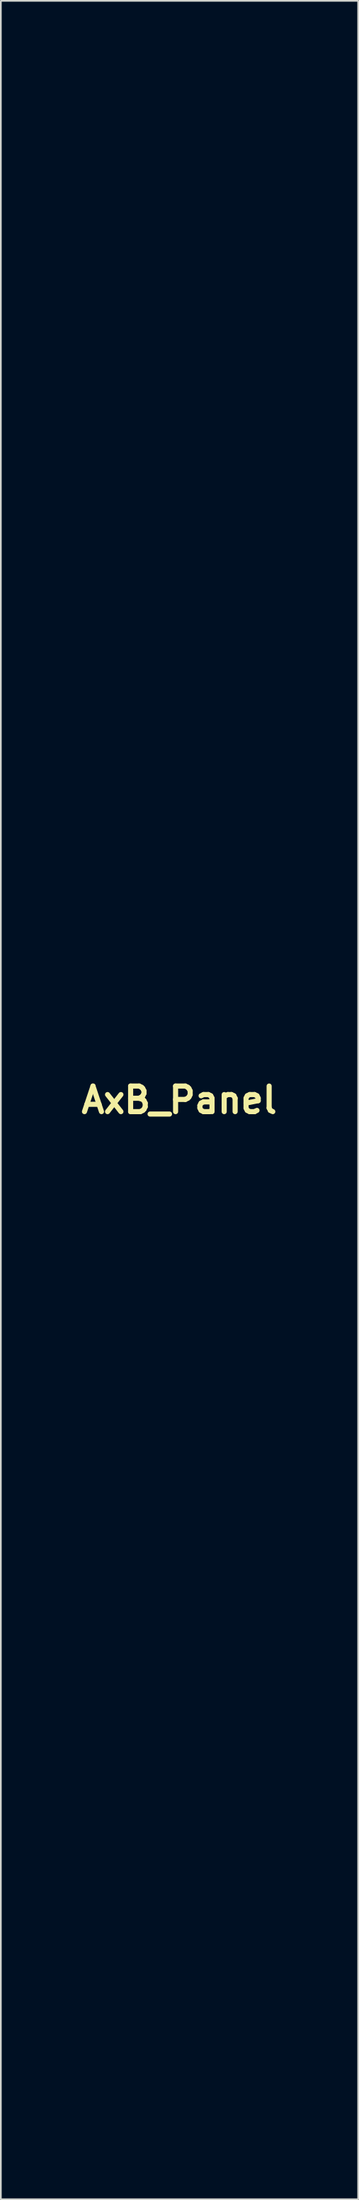
<source format=kicad_pcb>
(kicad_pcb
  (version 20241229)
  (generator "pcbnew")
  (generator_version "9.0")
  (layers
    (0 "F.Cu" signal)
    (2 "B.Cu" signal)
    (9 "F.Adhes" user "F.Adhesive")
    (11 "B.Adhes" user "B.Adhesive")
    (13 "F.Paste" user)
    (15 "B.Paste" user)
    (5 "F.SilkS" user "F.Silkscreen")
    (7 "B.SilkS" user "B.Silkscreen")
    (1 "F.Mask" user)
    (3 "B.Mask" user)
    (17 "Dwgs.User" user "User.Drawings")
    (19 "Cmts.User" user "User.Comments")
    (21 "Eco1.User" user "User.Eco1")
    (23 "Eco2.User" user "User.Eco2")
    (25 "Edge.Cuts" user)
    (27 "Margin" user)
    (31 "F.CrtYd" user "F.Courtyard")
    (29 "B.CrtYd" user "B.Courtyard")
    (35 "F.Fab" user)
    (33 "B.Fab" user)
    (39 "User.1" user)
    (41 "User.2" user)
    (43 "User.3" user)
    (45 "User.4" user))
  (footprint "AxB_Panel"
    (layer "F.Cu")
    (at 7.488 61.483)
    (property "Reference" "AxB_Panel" (at 0 0 0) (layer "F.SilkS") (effects (font (size 1.5 1.5) (thickness 0.3))))
    (attr board_only exclude_from_pos_files exclude_from_bom)
    (fp_poly (pts (xy -4.389 -25.335) (xy -4.389 -25.174) (xy -5.228 -25.174) (xy -6.068 -25.174) (xy -6.068 -25.335) (xy -6.068 -25.497) (xy -5.228 -25.497) (xy -4.389 -25.497)) (stroke (width 0) (type solid)) (fill yes) (layer "F.Mask"))
    (fp_poly (pts (xy -4.389 7.068) (xy -4.389 7.229) (xy -5.228 7.229) (xy -6.068 7.229) (xy -6.068 7.068) (xy -6.068 6.907) (xy -5.228 6.907) (xy -4.389 6.907)) (stroke (width 0) (type solid)) (fill yes) (layer "F.Mask"))
    (fp_poly (pts (xy -2.453 -61.257) (xy -2.453 -61.031) (xy -4.97 -61.031) (xy -7.488 -61.031) (xy -7.488 -61.257) (xy -7.488 -61.483) (xy -4.97 -61.483) (xy -2.453 -61.483)) (stroke (width 0) (type solid)) (fill yes) (layer "F.Mask"))
    (fp_poly (pts (xy -2.453 61.257) (xy -2.453 61.483) (xy -4.97 61.483) (xy -7.488 61.483) (xy -7.488 61.257) (xy -7.488 61.031) (xy -4.97 61.031) (xy -2.453 61.031)) (stroke (width 0) (type solid)) (fill yes) (layer "F.Mask"))
    (fp_poly (pts (xy 0.258 -37.81) (xy 0.258 -36.922) (xy 0.032 -36.922) (xy -0.194 -36.922) (xy -0.194 -37.81) (xy -0.194 -38.697) (xy 0.032 -38.697) (xy 0.258 -38.697)) (stroke (width 0) (type solid)) (fill yes) (layer "F.Mask"))
    (fp_poly (pts (xy 0.258 -5.406) (xy 0.258 -4.518) (xy 0.032 -4.518) (xy -0.194 -4.518) (xy -0.194 -5.406) (xy -0.194 -6.294) (xy 0.032 -6.294) (xy 0.258 -6.294)) (stroke (width 0) (type solid)) (fill yes) (layer "F.Mask"))
    (fp_poly (pts (xy 7.52 -61.257) (xy 7.52 -61.031) (xy 5.003 -61.031) (xy 2.485 -61.031) (xy 2.485 -61.257) (xy 2.485 -61.483) (xy 5.003 -61.483) (xy 7.52 -61.483)) (stroke (width 0) (type solid)) (fill yes) (layer "F.Mask"))
    (fp_poly (pts (xy 7.52 61.257) (xy 7.52 61.483) (xy 5.003 61.483) (xy 2.485 61.483) (xy 2.485 61.257) (xy 2.485 61.031) (xy 5.003 61.031) (xy 7.52 61.031)) (stroke (width 0) (type solid)) (fill yes) (layer "F.Mask"))
    (fp_poly (pts (xy 0.742 -24.351) (xy 0.742 -24.206) (xy 0.355 -24.206) (xy -0.032 -24.206) (xy -0.032 -23.512) (xy -0.032 -22.818) (xy -0.226 -22.818) (xy -0.42 -22.818) (xy -0.42 -23.512) (xy -0.42 -24.206) (xy -0.807 -24.206) (xy -1.194 -24.206) (xy -1.194 -24.351) (xy -1.194 -24.496) (xy -0.226 -24.496) (xy 0.742 -24.496)) (stroke (width 0) (type solid)) (fill yes) (layer "F.Mask"))
    (fp_poly (pts (xy 0.742 8.052) (xy 0.742 8.198) (xy 0.355 8.198) (xy -0.032 8.198) (xy -0.032 8.892) (xy -0.032 9.586) (xy -0.226 9.586) (xy -0.42 9.586) (xy -0.42 8.892) (xy -0.42 8.198) (xy -0.807 8.198) (xy -1.194 8.198) (xy -1.194 8.052) (xy -1.194 7.907) (xy -0.226 7.907) (xy 0.742 7.907)) (stroke (width 0) (type solid)) (fill yes) (layer "F.Mask"))
    (fp_poly (pts (xy 5.358 -25.836) (xy 5.358 -25.497) (xy 5.696 -25.497) (xy 6.035 -25.497) (xy 6.035 -25.335) (xy 6.035 -25.174) (xy 5.696 -25.174) (xy 5.358 -25.174) (xy 5.358 -24.835) (xy 5.358 -24.496) (xy 5.196 -24.496) (xy 5.035 -24.496) (xy 5.035 -24.835) (xy 5.035 -25.174) (xy 4.696 -25.174) (xy 4.357 -25.174) (xy 4.357 -25.335) (xy 4.357 -25.497) (xy 4.696 -25.497) (xy 5.035 -25.497) (xy 5.035 -25.836) (xy 5.035 -26.175) (xy 5.196 -26.175) (xy 5.358 -26.175)) (stroke (width 0) (type solid)) (fill yes) (layer "F.Mask"))
    (fp_poly (pts (xy 5.358 6.568) (xy 5.358 6.907) (xy 5.696 6.907) (xy 6.035 6.907) (xy 6.035 7.068) (xy 6.035 7.229) (xy 5.696 7.229) (xy 5.358 7.229) (xy 5.358 7.568) (xy 5.358 7.907) (xy 5.196 7.907) (xy 5.035 7.907) (xy 5.035 7.568) (xy 5.035 7.229) (xy 4.696 7.229) (xy 4.357 7.229) (xy 4.357 7.068) (xy 4.357 6.907) (xy 4.696 6.907) (xy 5.035 6.907) (xy 5.035 6.568) (xy 5.035 6.229) (xy 5.196 6.229) (xy 5.358 6.229)) (stroke (width 0) (type solid)) (fill yes) (layer "F.Mask"))
    (fp_poly (pts (xy 0.477 11.964) (xy 0.577 12.087) (xy 0.394 12.272) (xy 0.212 12.458) (xy 0.404 12.652) (xy 0.596 12.846) (xy 0.476 12.966) (xy 0.355 13.086) (xy 0.162 12.894) (xy -0.032 12.702) (xy -0.219 12.887) (xy -0.406 13.072) (xy -0.51 12.965) (xy -0.572 12.894) (xy -0.609 12.837) (xy -0.613 12.822) (xy -0.59 12.785) (xy -0.53 12.72) (xy -0.444 12.641) (xy -0.434 12.633) (xy -0.255 12.479) (xy -0.45 12.282) (xy -0.646 12.084) (xy -0.524 11.965) (xy -0.401 11.845) (xy -0.21 12.039) (xy -0.018 12.232) (xy 0.18 12.036) (xy 0.377 11.84)) (stroke (width 0) (type solid)) (fill yes) (layer "F.Mask"))
    (fp_poly (pts (xy 0.477 39.849) (xy 0.577 39.972) (xy 0.394 40.157) (xy 0.212 40.343) (xy 0.404 40.537) (xy 0.596 40.731) (xy 0.476 40.851) (xy 0.355 40.971) (xy 0.162 40.779) (xy -0.032 40.587) (xy -0.219 40.772) (xy -0.406 40.957) (xy -0.51 40.85) (xy -0.572 40.779) (xy -0.609 40.722) (xy -0.613 40.707) (xy -0.59 40.67) (xy -0.53 40.605) (xy -0.444 40.526) (xy -0.434 40.518) (xy -0.255 40.365) (xy -0.45 40.167) (xy -0.646 39.97) (xy -0.524 39.85) (xy -0.401 39.73) (xy -0.21 39.924) (xy -0.018 40.117) (xy 0.18 39.921) (xy 0.377 39.725)) (stroke (width 0) (type solid)) (fill yes) (layer "F.Mask"))
    (fp_poly (pts (xy 2.969 -23.657) (xy 2.969 -22.818) (xy 2.83 -22.818) (xy 2.786 -22.82) (xy 2.744 -22.828) (xy 2.697 -22.848) (xy 2.637 -22.883) (xy 2.559 -22.94) (xy 2.456 -23.021) (xy 2.321 -23.133) (xy 2.147 -23.279) (xy 2.031 -23.377) (xy 1.372 -23.937) (xy 1.363 -23.377) (xy 1.354 -22.818) (xy 1.177 -22.818) (xy 1.001 -22.818) (xy 1.001 -23.657) (xy 1.001 -24.496) (xy 1.138 -24.496) (xy 1.181 -24.494) (xy 1.223 -24.485) (xy 1.271 -24.465) (xy 1.332 -24.429) (xy 1.411 -24.371) (xy 1.516 -24.288) (xy 1.653 -24.175) (xy 1.83 -24.026) (xy 1.936 -23.936) (xy 2.598 -23.377) (xy 2.607 -23.937) (xy 2.616 -24.496) (xy 2.792 -24.496) (xy 2.969 -24.496)) (stroke (width 0) (type solid)) (fill yes) (layer "F.Mask"))
    (fp_poly (pts (xy 2.969 8.746) (xy 2.969 9.586) (xy 2.83 9.586) (xy 2.786 9.584) (xy 2.744 9.575) (xy 2.697 9.556) (xy 2.637 9.52) (xy 2.559 9.464) (xy 2.456 9.382) (xy 2.321 9.27) (xy 2.147 9.124) (xy 2.031 9.026) (xy 1.372 8.467) (xy 1.363 9.026) (xy 1.354 9.586) (xy 1.177 9.586) (xy 1.001 9.586) (xy 1.001 8.746) (xy 1.001 7.907) (xy 1.138 7.907) (xy 1.181 7.909) (xy 1.223 7.918) (xy 1.271 7.938) (xy 1.332 7.975) (xy 1.411 8.033) (xy 1.516 8.116) (xy 1.653 8.229) (xy 1.83 8.377) (xy 1.936 8.467) (xy 2.598 9.027) (xy 2.607 8.467) (xy 2.616 7.907) (xy 2.792 7.907) (xy 2.969 7.907)) (stroke (width 0) (type solid)) (fill yes) (layer "F.Mask"))
    (fp_poly (pts (xy -4.989 18.978) (xy -4.793 18.979) (xy -4.32 19.818) (xy -3.847 20.656) (xy -4.069 20.656) (xy -4.292 20.656) (xy -4.389 20.462) (xy -4.487 20.268) (xy -5.013 20.268) (xy -5.539 20.268) (xy -5.632 20.462) (xy -5.724 20.656) (xy -5.926 20.656) (xy -6.128 20.656) (xy -5.869 20.196) (xy -5.759 20) (xy -5.733 19.953) (xy -5.352 19.953) (xy -5.327 19.963) (xy -5.249 19.971) (xy -5.132 19.976) (xy -5.007 19.978) (xy -4.651 19.978) (xy -4.799 19.695) (xy -4.866 19.57) (xy -4.926 19.465) (xy -4.969 19.393) (xy -4.984 19.373) (xy -5.008 19.368) (xy -5.044 19.401) (xy -5.096 19.48) (xy -5.169 19.609) (xy -5.181 19.631) (xy -5.248 19.756) (xy -5.304 19.861) (xy -5.341 19.931) (xy -5.352 19.953) (xy -5.733 19.953) (xy -5.639 19.786) (xy -5.521 19.577) (xy -5.419 19.395) (xy -5.397 19.357) (xy -5.184 18.977)) (stroke (width 0) (type solid)) (fill yes) (layer "F.Mask"))
    (fp_poly (pts (xy -4.085 -41.439) (xy -3.889 -41.438) (xy -3.416 -40.6) (xy -2.943 -39.762) (xy -3.166 -39.762) (xy -3.388 -39.762) (xy -3.486 -39.956) (xy -3.583 -40.149) (xy -4.11 -40.149) (xy -4.636 -40.149) (xy -4.728 -39.956) (xy -4.821 -39.762) (xy -5.023 -39.762) (xy -5.225 -39.762) (xy -4.966 -40.222) (xy -4.856 -40.418) (xy -4.829 -40.465) (xy -4.448 -40.465) (xy -4.423 -40.455) (xy -4.345 -40.447) (xy -4.228 -40.441) (xy -4.103 -40.44) (xy -3.748 -40.44) (xy -3.896 -40.722) (xy -3.963 -40.847) (xy -4.022 -40.953) (xy -4.065 -41.025) (xy -4.08 -41.045) (xy -4.104 -41.05) (xy -4.14 -41.016) (xy -4.192 -40.938) (xy -4.265 -40.809) (xy -4.277 -40.787) (xy -4.345 -40.662) (xy -4.4 -40.557) (xy -4.437 -40.487) (xy -4.448 -40.465) (xy -4.829 -40.465) (xy -4.735 -40.632) (xy -4.617 -40.841) (xy -4.515 -41.023) (xy -4.494 -41.061) (xy -4.281 -41.44)) (stroke (width 0) (type solid)) (fill yes) (layer "F.Mask"))
    (fp_poly (pts (xy -2.052 -24.495) (xy -1.856 -24.494) (xy -1.383 -23.656) (xy -0.91 -22.818) (xy -1.132 -22.818) (xy -1.355 -22.818) (xy -1.452 -23.012) (xy -1.55 -23.205) (xy -2.076 -23.205) (xy -2.602 -23.205) (xy -2.695 -23.012) (xy -2.787 -22.818) (xy -2.989 -22.818) (xy -3.191 -22.818) (xy -2.932 -23.278) (xy -2.822 -23.474) (xy -2.796 -23.521) (xy -2.415 -23.521) (xy -2.39 -23.511) (xy -2.312 -23.503) (xy -2.195 -23.497) (xy -2.07 -23.496) (xy -1.714 -23.496) (xy -1.862 -23.778) (xy -1.929 -23.903) (xy -1.989 -24.009) (xy -2.032 -24.08) (xy -2.047 -24.1) (xy -2.071 -24.106) (xy -2.107 -24.072) (xy -2.159 -23.994) (xy -2.232 -23.865) (xy -2.244 -23.843) (xy -2.311 -23.717) (xy -2.367 -23.613) (xy -2.404 -23.543) (xy -2.415 -23.521) (xy -2.796 -23.521) (xy -2.702 -23.688) (xy -2.584 -23.897) (xy -2.482 -24.079) (xy -2.46 -24.117) (xy -2.247 -24.496)) (stroke (width 0) (type solid)) (fill yes) (layer "F.Mask"))
    (fp_poly (pts (xy -2.052 7.908) (xy -1.856 7.909) (xy -1.383 8.747) (xy -0.91 9.586) (xy -1.132 9.586) (xy -1.355 9.586) (xy -1.452 9.392) (xy -1.55 9.198) (xy -2.076 9.198) (xy -2.602 9.198) (xy -2.695 9.392) (xy -2.787 9.586) (xy -2.989 9.586) (xy -3.191 9.586) (xy -2.932 9.126) (xy -2.822 8.93) (xy -2.796 8.883) (xy -2.415 8.883) (xy -2.39 8.893) (xy -2.312 8.901) (xy -2.195 8.906) (xy -2.07 8.908) (xy -1.714 8.908) (xy -1.862 8.625) (xy -1.929 8.5) (xy -1.989 8.395) (xy -2.032 8.323) (xy -2.047 8.303) (xy -2.071 8.298) (xy -2.107 8.331) (xy -2.159 8.409) (xy -2.232 8.539) (xy -2.244 8.561) (xy -2.311 8.686) (xy -2.367 8.79) (xy -2.404 8.861) (xy -2.415 8.883) (xy -2.796 8.883) (xy -2.702 8.716) (xy -2.584 8.506) (xy -2.482 8.324) (xy -2.46 8.286) (xy -2.247 7.907)) (stroke (width 0) (type solid)) (fill yes) (layer "F.Mask"))
    (fp_poly (pts (xy -1.955 11.652) (xy -1.759 11.653) (xy -1.286 12.491) (xy -0.813 13.329) (xy -1.035 13.329) (xy -1.258 13.329) (xy -1.356 13.136) (xy -1.453 12.942) (xy -1.979 12.942) (xy -2.506 12.942) (xy -2.598 13.136) (xy -2.691 13.329) (xy -2.893 13.329) (xy -3.095 13.329) (xy -2.836 12.869) (xy -2.726 12.674) (xy -2.699 12.627) (xy -2.318 12.627) (xy -2.293 12.637) (xy -2.215 12.645) (xy -2.098 12.65) (xy -1.973 12.652) (xy -1.618 12.652) (xy -1.766 12.369) (xy -1.833 12.244) (xy -1.892 12.138) (xy -1.935 12.067) (xy -1.95 12.047) (xy -1.974 12.042) (xy -2.01 12.075) (xy -2.062 12.153) (xy -2.135 12.283) (xy -2.147 12.304) (xy -2.214 12.43) (xy -2.27 12.534) (xy -2.307 12.605) (xy -2.318 12.627) (xy -2.699 12.627) (xy -2.605 12.46) (xy -2.487 12.25) (xy -2.385 12.068) (xy -2.364 12.03) (xy -2.151 11.651)) (stroke (width 0) (type solid)) (fill yes) (layer "F.Mask"))
    (fp_poly (pts (xy -1.955 39.537) (xy -1.759 39.538) (xy -1.286 40.376) (xy -0.813 41.214) (xy -1.035 41.214) (xy -1.258 41.214) (xy -1.356 41.021) (xy -1.453 40.827) (xy -1.979 40.827) (xy -2.506 40.827) (xy -2.598 41.021) (xy -2.691 41.214) (xy -2.893 41.214) (xy -3.095 41.214) (xy -2.836 40.755) (xy -2.726 40.559) (xy -2.699 40.512) (xy -2.318 40.512) (xy -2.293 40.522) (xy -2.215 40.53) (xy -2.098 40.535) (xy -1.973 40.537) (xy -1.618 40.537) (xy -1.766 40.254) (xy -1.833 40.129) (xy -1.892 40.024) (xy -1.935 39.952) (xy -1.95 39.932) (xy -1.974 39.927) (xy -2.01 39.96) (xy -2.062 40.038) (xy -2.135 40.168) (xy -2.147 40.19) (xy -2.214 40.315) (xy -2.27 40.419) (xy -2.307 40.49) (xy -2.318 40.512) (xy -2.699 40.512) (xy -2.605 40.345) (xy -2.487 40.135) (xy -2.385 39.953) (xy -2.364 39.915) (xy -2.151 39.536)) (stroke (width 0) (type solid)) (fill yes) (layer "F.Mask"))
    (fp_poly (pts (xy 5.264 -49.036) (xy 5.401 -48.982) (xy 5.533 -48.908) (xy 5.636 -48.825) (xy 5.651 -48.809) (xy 5.732 -48.712) (xy 5.886 -48.852) (xy 6.062 -48.98) (xy 6.237 -49.045) (xy 6.419 -49.047) (xy 6.611 -48.988) (xy 6.651 -48.968) (xy 6.832 -48.841) (xy 6.981 -48.662) (xy 7.094 -48.44) (xy 7.165 -48.179) (xy 7.178 -48.097) (xy 7.199 -47.928) (xy 6.977 -47.928) (xy 6.754 -47.928) (xy 6.716 -48.118) (xy 6.666 -48.292) (xy 6.592 -48.434) (xy 6.503 -48.536) (xy 6.405 -48.59) (xy 6.305 -48.59) (xy 6.284 -48.582) (xy 6.173 -48.5) (xy 6.08 -48.368) (xy 6.012 -48.202) (xy 5.993 -48.123) (xy 5.956 -47.928) (xy 5.742 -47.928) (xy 5.527 -47.928) (xy 5.49 -48.118) (xy 5.439 -48.292) (xy 5.366 -48.434) (xy 5.276 -48.536) (xy 5.178 -48.59) (xy 5.078 -48.59) (xy 5.057 -48.582) (xy 4.947 -48.5) (xy 4.853 -48.368) (xy 4.785 -48.202) (xy 4.767 -48.123) (xy 4.73 -47.928) (xy 4.507 -47.928) (xy 4.284 -47.928) (xy 4.304 -48.104) (xy 4.358 -48.357) (xy 4.451 -48.581) (xy 4.58 -48.769) (xy 4.736 -48.916) (xy 4.915 -49.014) (xy 5.109 -49.056) (xy 5.148 -49.057)) (stroke (width 0) (type solid)) (fill yes) (layer "F.Mask"))
    (fp_poly (pts (xy 5.264 -16.632) (xy 5.401 -16.579) (xy 5.533 -16.504) (xy 5.636 -16.421) (xy 5.651 -16.405) (xy 5.732 -16.309) (xy 5.886 -16.448) (xy 6.062 -16.577) (xy 6.237 -16.642) (xy 6.419 -16.644) (xy 6.611 -16.584) (xy 6.651 -16.565) (xy 6.832 -16.437) (xy 6.981 -16.259) (xy 7.094 -16.036) (xy 7.165 -15.776) (xy 7.178 -15.693) (xy 7.199 -15.524) (xy 6.977 -15.524) (xy 6.754 -15.524) (xy 6.716 -15.714) (xy 6.666 -15.889) (xy 6.592 -16.03) (xy 6.503 -16.132) (xy 6.405 -16.187) (xy 6.305 -16.186) (xy 6.284 -16.178) (xy 6.173 -16.096) (xy 6.08 -15.964) (xy 6.012 -15.798) (xy 5.993 -15.719) (xy 5.956 -15.524) (xy 5.742 -15.524) (xy 5.527 -15.524) (xy 5.49 -15.714) (xy 5.439 -15.889) (xy 5.366 -16.03) (xy 5.276 -16.132) (xy 5.178 -16.187) (xy 5.078 -16.186) (xy 5.057 -16.178) (xy 4.947 -16.096) (xy 4.853 -15.964) (xy 4.785 -15.798) (xy 4.767 -15.719) (xy 4.73 -15.524) (xy 4.507 -15.524) (xy 4.284 -15.524) (xy 4.304 -15.701) (xy 4.358 -15.953) (xy 4.451 -16.177) (xy 4.58 -16.366) (xy 4.736 -16.512) (xy 4.915 -16.61) (xy 5.109 -16.652) (xy 5.148 -16.653)) (stroke (width 0) (type solid)) (fill yes) (layer "F.Mask"))
    (fp_poly (pts (xy -6.114 -49.008) (xy -6.05 -48.981) (xy -5.873 -48.868) (xy -5.73 -48.711) (xy -5.62 -48.504) (xy -5.541 -48.245) (xy -5.498 -48.003) (xy -5.475 -47.849) (xy -5.449 -47.708) (xy -5.422 -47.599) (xy -5.408 -47.556) (xy -5.325 -47.412) (xy -5.225 -47.32) (xy -5.115 -47.284) (xy -5.003 -47.306) (xy -4.903 -47.382) (xy -4.836 -47.48) (xy -4.774 -47.614) (xy -4.729 -47.754) (xy -4.712 -47.869) (xy -4.704 -47.9) (xy -4.672 -47.918) (xy -4.601 -47.926) (xy -4.486 -47.928) (xy -4.368 -47.927) (xy -4.301 -47.92) (xy -4.27 -47.902) (xy -4.261 -47.868) (xy -4.261 -47.839) (xy -4.274 -47.721) (xy -4.309 -47.574) (xy -4.357 -47.425) (xy -4.405 -47.314) (xy -4.537 -47.113) (xy -4.695 -46.963) (xy -4.871 -46.867) (xy -5.06 -46.828) (xy -5.255 -46.848) (xy -5.438 -46.924) (xy -5.592 -47.034) (xy -5.715 -47.174) (xy -5.811 -47.351) (xy -5.883 -47.572) (xy -5.935 -47.844) (xy -5.957 -48.03) (xy -5.99 -48.205) (xy -6.05 -48.358) (xy -6.129 -48.481) (xy -6.22 -48.563) (xy -6.317 -48.596) (xy -6.379 -48.587) (xy -6.491 -48.516) (xy -6.589 -48.394) (xy -6.662 -48.236) (xy -6.69 -48.126) (xy -6.728 -47.928) (xy -6.951 -47.928) (xy -7.174 -47.928) (xy -7.153 -48.104) (xy -7.094 -48.381) (xy -6.985 -48.619) (xy -6.826 -48.819) (xy -6.655 -48.96) (xy -6.482 -49.038) (xy -6.304 -49.053)) (stroke (width 0) (type solid)) (fill yes) (layer "F.Mask"))
    (fp_poly (pts (xy -6.114 -16.604) (xy -6.05 -16.577) (xy -5.873 -16.465) (xy -5.73 -16.307) (xy -5.62 -16.1) (xy -5.541 -15.841) (xy -5.498 -15.599) (xy -5.475 -15.446) (xy -5.449 -15.304) (xy -5.422 -15.195) (xy -5.408 -15.153) (xy -5.325 -15.008) (xy -5.225 -14.916) (xy -5.115 -14.88) (xy -5.003 -14.903) (xy -4.903 -14.978) (xy -4.836 -15.077) (xy -4.774 -15.21) (xy -4.729 -15.351) (xy -4.712 -15.465) (xy -4.704 -15.496) (xy -4.672 -15.514) (xy -4.601 -15.522) (xy -4.486 -15.524) (xy -4.368 -15.523) (xy -4.301 -15.516) (xy -4.27 -15.499) (xy -4.261 -15.464) (xy -4.261 -15.435) (xy -4.274 -15.318) (xy -4.309 -15.17) (xy -4.357 -15.021) (xy -4.405 -14.911) (xy -4.537 -14.71) (xy -4.695 -14.56) (xy -4.871 -14.464) (xy -5.06 -14.425) (xy -5.255 -14.444) (xy -5.438 -14.52) (xy -5.592 -14.631) (xy -5.715 -14.771) (xy -5.811 -14.948) (xy -5.883 -15.169) (xy -5.935 -15.441) (xy -5.957 -15.626) (xy -5.99 -15.801) (xy -6.05 -15.954) (xy -6.129 -16.077) (xy -6.22 -16.159) (xy -6.317 -16.193) (xy -6.379 -16.184) (xy -6.491 -16.112) (xy -6.589 -15.99) (xy -6.662 -15.832) (xy -6.69 -15.722) (xy -6.728 -15.524) (xy -6.951 -15.524) (xy -7.174 -15.524) (xy -7.153 -15.701) (xy -7.094 -15.978) (xy -6.985 -16.215) (xy -6.826 -16.416) (xy -6.655 -16.557) (xy -6.482 -16.634) (xy -6.304 -16.65)) (stroke (width 0) (type solid)) (fill yes) (layer "F.Mask"))
    (fp_poly (pts (xy -4.788 28.918) (xy -4.596 28.919) (xy -4.452 28.921) (xy -4.347 28.926) (xy -4.274 28.933) (xy -4.224 28.944) (xy -4.189 28.959) (xy -4.16 28.98) (xy -4.144 28.993) (xy -4.089 29.054) (xy -4.058 29.13) (xy -4.042 29.247) (xy -4.042 29.25) (xy -4.036 29.411) (xy -4.055 29.524) (xy -4.102 29.605) (xy -4.172 29.661) (xy -4.23 29.701) (xy -4.246 29.723) (xy -4.24 29.725) (xy -4.196 29.746) (xy -4.132 29.798) (xy -4.119 29.81) (xy -4.075 29.861) (xy -4.049 29.916) (xy -4.037 29.994) (xy -4.034 30.114) (xy -4.034 30.135) (xy -4.036 30.261) (xy -4.047 30.362) (xy -4.072 30.441) (xy -4.119 30.499) (xy -4.195 30.541) (xy -4.304 30.569) (xy -4.455 30.585) (xy -4.654 30.593) (xy -4.906 30.596) (xy -5.082 30.596) (xy -5.842 30.596) (xy -5.842 30.08) (xy -5.454 30.08) (xy -5.454 30.306) (xy -4.984 30.306) (xy -4.809 30.303) (xy -4.654 30.297) (xy -4.535 30.288) (xy -4.463 30.276) (xy -4.452 30.272) (xy -4.412 30.235) (xy -4.393 30.167) (xy -4.389 30.08) (xy -4.396 29.975) (xy -4.418 29.915) (xy -4.452 29.887) (xy -4.506 29.875) (xy -4.612 29.865) (xy -4.757 29.858) (xy -4.927 29.854) (xy -4.984 29.854) (xy -5.454 29.854) (xy -5.454 30.08) (xy -5.842 30.08) (xy -5.842 29.757) (xy -5.842 29.386) (xy -5.454 29.386) (xy -5.454 29.563) (xy -4.961 29.563) (xy -4.74 29.561) (xy -4.58 29.554) (xy -4.478 29.543) (xy -4.429 29.526) (xy -4.428 29.525) (xy -4.4 29.466) (xy -4.389 29.386) (xy -4.393 29.322) (xy -4.409 29.276) (xy -4.447 29.244) (xy -4.516 29.224) (xy -4.624 29.214) (xy -4.78 29.209) (xy -4.961 29.208) (xy -5.454 29.208) (xy -5.454 29.386) (xy -5.842 29.386) (xy -5.842 28.918) (xy -5.037 28.918)) (stroke (width 0) (type solid)) (fill yes) (layer "F.Mask"))
    (fp_poly (pts (xy -3.884 -9.037) (xy -3.692 -9.036) (xy -3.548 -9.033) (xy -3.443 -9.029) (xy -3.37 -9.021) (xy -3.32 -9.011) (xy -3.285 -8.995) (xy -3.257 -8.975) (xy -3.24 -8.962) (xy -3.185 -8.901) (xy -3.154 -8.824) (xy -3.138 -8.708) (xy -3.138 -8.705) (xy -3.133 -8.544) (xy -3.151 -8.43) (xy -3.198 -8.35) (xy -3.269 -8.294) (xy -3.326 -8.254) (xy -3.342 -8.232) (xy -3.337 -8.23) (xy -3.292 -8.209) (xy -3.228 -8.157) (xy -3.216 -8.145) (xy -3.171 -8.094) (xy -3.146 -8.039) (xy -3.134 -7.961) (xy -3.131 -7.841) (xy -3.131 -7.82) (xy -3.133 -7.693) (xy -3.143 -7.592) (xy -3.169 -7.514) (xy -3.216 -7.455) (xy -3.291 -7.414) (xy -3.401 -7.386) (xy -3.551 -7.37) (xy -3.75 -7.362) (xy -4.003 -7.359) (xy -4.179 -7.359) (xy -4.938 -7.359) (xy -4.938 -7.875) (xy -4.551 -7.875) (xy -4.551 -7.649) (xy -4.081 -7.649) (xy -3.905 -7.651) (xy -3.751 -7.657) (xy -3.631 -7.667) (xy -3.559 -7.678) (xy -3.548 -7.682) (xy -3.508 -7.72) (xy -3.489 -7.788) (xy -3.486 -7.875) (xy -3.492 -7.98) (xy -3.515 -8.04) (xy -3.548 -8.067) (xy -3.602 -8.08) (xy -3.708 -8.09) (xy -3.853 -8.097) (xy -4.023 -8.101) (xy -4.081 -8.101) (xy -4.551 -8.101) (xy -4.551 -7.875) (xy -4.938 -7.875) (xy -4.938 -8.198) (xy -4.938 -8.569) (xy -4.551 -8.569) (xy -4.551 -8.391) (xy -4.057 -8.391) (xy -3.836 -8.394) (xy -3.676 -8.4) (xy -3.574 -8.412) (xy -3.525 -8.429) (xy -3.524 -8.43) (xy -3.497 -8.488) (xy -3.486 -8.569) (xy -3.489 -8.633) (xy -3.506 -8.679) (xy -3.544 -8.711) (xy -3.612 -8.73) (xy -3.721 -8.741) (xy -3.877 -8.746) (xy -4.057 -8.746) (xy -4.551 -8.746) (xy -4.551 -8.569) (xy -4.938 -8.569) (xy -4.938 -9.037) (xy -4.133 -9.037)) (stroke (width 0) (type solid)) (fill yes) (layer "F.Mask"))
    (fp_poly (pts (xy 2.054 11.651) (xy 2.246 11.652) (xy 2.39 11.655) (xy 2.495 11.659) (xy 2.568 11.666) (xy 2.618 11.677) (xy 2.653 11.693) (xy 2.682 11.713) (xy 2.698 11.726) (xy 2.753 11.787) (xy 2.784 11.864) (xy 2.8 11.98) (xy 2.801 11.983) (xy 2.806 12.144) (xy 2.787 12.258) (xy 2.741 12.338) (xy 2.67 12.394) (xy 2.613 12.434) (xy 2.596 12.456) (xy 2.602 12.458) (xy 2.646 12.479) (xy 2.71 12.531) (xy 2.723 12.543) (xy 2.767 12.594) (xy 2.793 12.649) (xy 2.805 12.727) (xy 2.808 12.847) (xy 2.808 12.868) (xy 2.806 12.994) (xy 2.795 13.096) (xy 2.77 13.174) (xy 2.723 13.232) (xy 2.648 13.274) (xy 2.538 13.302) (xy 2.387 13.318) (xy 2.189 13.326) (xy 1.936 13.329) (xy 1.76 13.329) (xy 1.001 13.329) (xy 1.001 12.813) (xy 1.388 12.813) (xy 1.388 13.039) (xy 1.858 13.039) (xy 2.034 13.037) (xy 2.188 13.03) (xy 2.307 13.021) (xy 2.38 13.01) (xy 2.39 13.005) (xy 2.43 12.968) (xy 2.449 12.9) (xy 2.453 12.813) (xy 2.447 12.708) (xy 2.424 12.648) (xy 2.39 12.62) (xy 2.336 12.608) (xy 2.23 12.598) (xy 2.086 12.591) (xy 1.915 12.587) (xy 1.858 12.587) (xy 1.388 12.587) (xy 1.388 12.813) (xy 1.001 12.813) (xy 1.001 12.49) (xy 1.001 12.119) (xy 1.388 12.119) (xy 1.388 12.297) (xy 1.882 12.297) (xy 2.102 12.294) (xy 2.262 12.287) (xy 2.365 12.276) (xy 2.413 12.259) (xy 2.414 12.258) (xy 2.442 12.2) (xy 2.453 12.119) (xy 2.449 12.055) (xy 2.433 12.009) (xy 2.395 11.977) (xy 2.326 11.957) (xy 2.218 11.947) (xy 2.062 11.942) (xy 1.882 11.942) (xy 1.388 11.942) (xy 1.388 12.119) (xy 1.001 12.119) (xy 1.001 11.651) (xy 1.806 11.651)) (stroke (width 0) (type solid)) (fill yes) (layer "F.Mask"))
    (fp_poly (pts (xy 2.054 39.536) (xy 2.246 39.537) (xy 2.39 39.54) (xy 2.495 39.544) (xy 2.568 39.552) (xy 2.618 39.563) (xy 2.653 39.578) (xy 2.682 39.598) (xy 2.698 39.611) (xy 2.753 39.672) (xy 2.784 39.749) (xy 2.8 39.865) (xy 2.801 39.868) (xy 2.806 40.029) (xy 2.787 40.143) (xy 2.741 40.223) (xy 2.67 40.279) (xy 2.613 40.319) (xy 2.596 40.341) (xy 2.602 40.343) (xy 2.646 40.364) (xy 2.71 40.416) (xy 2.723 40.428) (xy 2.767 40.479) (xy 2.793 40.534) (xy 2.805 40.612) (xy 2.808 40.732) (xy 2.808 40.753) (xy 2.806 40.88) (xy 2.795 40.981) (xy 2.77 41.059) (xy 2.723 41.118) (xy 2.648 41.159) (xy 2.538 41.187) (xy 2.387 41.203) (xy 2.189 41.211) (xy 1.936 41.214) (xy 1.76 41.214) (xy 1.001 41.214) (xy 1.001 40.698) (xy 1.388 40.698) (xy 1.388 40.924) (xy 1.858 40.924) (xy 2.034 40.922) (xy 2.188 40.916) (xy 2.307 40.906) (xy 2.38 40.895) (xy 2.39 40.891) (xy 2.43 40.853) (xy 2.449 40.785) (xy 2.453 40.698) (xy 2.447 40.593) (xy 2.424 40.533) (xy 2.39 40.506) (xy 2.336 40.493) (xy 2.23 40.483) (xy 2.086 40.476) (xy 1.915 40.472) (xy 1.858 40.472) (xy 1.388 40.472) (xy 1.388 40.698) (xy 1.001 40.698) (xy 1.001 40.375) (xy 1.001 40.004) (xy 1.388 40.004) (xy 1.388 40.182) (xy 1.882 40.182) (xy 2.102 40.179) (xy 2.262 40.173) (xy 2.365 40.161) (xy 2.413 40.144) (xy 2.414 40.143) (xy 2.442 40.085) (xy 2.453 40.004) (xy 2.449 39.941) (xy 2.433 39.894) (xy 2.395 39.863) (xy 2.326 39.843) (xy 2.218 39.832) (xy 2.062 39.827) (xy 1.882 39.827) (xy 1.388 39.827) (xy 1.388 40.004) (xy 1.001 40.004) (xy 1.001 39.536) (xy 1.806 39.536)) (stroke (width 0) (type solid)) (fill yes) (layer "F.Mask"))
    (fp_poly (pts (xy -2.164 -55.554) (xy -2.011 -55.287) (xy -1.869 -55.038) (xy -1.74 -54.813) (xy -1.627 -54.615) (xy -1.533 -54.452) (xy -1.462 -54.329) (xy -1.416 -54.25) (xy -1.399 -54.223) (xy -1.374 -54.233) (xy -1.315 -54.282) (xy -1.22 -54.373) (xy -1.087 -54.506) (xy -0.915 -54.685) (xy -0.705 -54.906) (xy -0.317 -55.317) (xy -0.861 -55.849) (xy -1.404 -56.381) (xy -1.045 -56.382) (xy -0.686 -56.383) (xy -0.33 -56.045) (xy -0.206 -55.927) (xy -0.098 -55.827) (xy -0.015 -55.753) (xy 0.034 -55.712) (xy 0.043 -55.706) (xy 0.071 -55.728) (xy 0.135 -55.788) (xy 0.226 -55.878) (xy 0.338 -55.991) (xy 0.39 -56.045) (xy 0.72 -56.383) (xy 1.045 -56.383) (xy 1.371 -56.383) (xy 0.871 -55.881) (xy 0.371 -55.378) (xy 0.979 -54.784) (xy 1.586 -54.189) (xy 1.221 -54.189) (xy 0.855 -54.189) (xy 0.431 -54.591) (xy 0.008 -54.994) (xy -0.37 -54.591) (xy -0.748 -54.189) (xy -1.42 -54.189) (xy -2.093 -54.189) (xy -2.249 -54.471) (xy -2.406 -54.754) (xy -3.251 -54.762) (xy -4.095 -54.771) (xy -4.246 -54.48) (xy -4.396 -54.189) (xy -4.713 -54.189) (xy -5.031 -54.189) (xy -4.736 -54.713) (xy -4.637 -54.889) (xy -4.514 -55.107) (xy -4.422 -55.271) (xy -3.808 -55.271) (xy -3.778 -55.265) (xy -3.693 -55.26) (xy -3.564 -55.257) (xy -3.402 -55.255) (xy -3.241 -55.254) (xy -2.674 -55.254) (xy -2.939 -55.762) (xy -3.025 -55.928) (xy -3.103 -56.074) (xy -3.166 -56.19) (xy -3.209 -56.268) (xy -3.226 -56.296) (xy -3.246 -56.275) (xy -3.29 -56.208) (xy -3.353 -56.105) (xy -3.428 -55.978) (xy -3.51 -55.836) (xy -3.592 -55.69) (xy -3.669 -55.55) (xy -3.735 -55.428) (xy -3.782 -55.334) (xy -3.807 -55.279) (xy -3.808 -55.271) (xy -4.422 -55.271) (xy -4.377 -55.351) (xy -4.232 -55.608) (xy -4.089 -55.863) (xy -3.987 -56.045) (xy -3.533 -56.851) (xy -3.224 -56.861) (xy -2.915 -56.87)) (stroke (width 0) (type solid)) (fill yes) (layer "F.Mask"))
    (fp_poly (pts (xy 3.187 -56.867) (xy 3.506 -56.867) (xy 3.767 -56.866) (xy 3.978 -56.864) (xy 4.143 -56.861) (xy 4.271 -56.857) (xy 4.367 -56.851) (xy 4.439 -56.843) (xy 4.494 -56.833) (xy 4.537 -56.82) (xy 4.576 -56.804) (xy 4.576 -56.803) (xy 4.669 -56.749) (xy 4.735 -56.677) (xy 4.777 -56.576) (xy 4.8 -56.436) (xy 4.809 -56.245) (xy 4.809 -56.199) (xy 4.802 -56.005) (xy 4.779 -55.862) (xy 4.733 -55.758) (xy 4.661 -55.683) (xy 4.565 -55.627) (xy 4.444 -55.569) (xy 4.539 -55.529) (xy 4.658 -55.45) (xy 4.758 -55.331) (xy 4.821 -55.198) (xy 4.828 -55.17) (xy 4.836 -55.083) (xy 4.839 -54.956) (xy 4.836 -54.815) (xy 4.835 -54.792) (xy 4.817 -54.612) (xy 4.781 -54.48) (xy 4.719 -54.383) (xy 4.623 -54.306) (xy 4.57 -54.276) (xy 4.534 -54.258) (xy 4.497 -54.243) (xy 4.452 -54.231) (xy 4.391 -54.222) (xy 4.309 -54.215) (xy 4.199 -54.209) (xy 4.054 -54.205) (xy 3.867 -54.202) (xy 3.632 -54.199) (xy 3.342 -54.197) (xy 3.187 -54.195) (xy 1.936 -54.186) (xy 1.936 -55.012) (xy 2.55 -55.012) (xy 2.55 -54.673) (xy 3.316 -54.673) (xy 3.59 -54.675) (xy 3.805 -54.679) (xy 3.966 -54.685) (xy 4.078 -54.695) (xy 4.146 -54.708) (xy 4.163 -54.715) (xy 4.204 -54.74) (xy 4.228 -54.774) (xy 4.24 -54.833) (xy 4.244 -54.933) (xy 4.244 -55.012) (xy 4.244 -55.11) (xy 4.239 -55.187) (xy 4.222 -55.245) (xy 4.187 -55.288) (xy 4.125 -55.317) (xy 4.031 -55.335) (xy 3.898 -55.345) (xy 3.718 -55.349) (xy 3.484 -55.35) (xy 3.316 -55.35) (xy 2.55 -55.351) (xy 2.55 -55.012) (xy 1.936 -55.012) (xy 1.936 -55.527) (xy 1.936 -56.125) (xy 2.55 -56.125) (xy 2.55 -55.799) (xy 3.359 -55.809) (xy 3.609 -55.812) (xy 3.803 -55.816) (xy 3.948 -55.82) (xy 4.051 -55.826) (xy 4.122 -55.835) (xy 4.167 -55.846) (xy 4.195 -55.86) (xy 4.213 -55.879) (xy 4.214 -55.881) (xy 4.244 -55.96) (xy 4.258 -56.075) (xy 4.257 -56.2) (xy 4.24 -56.31) (xy 4.214 -56.369) (xy 4.197 -56.389) (xy 4.17 -56.404) (xy 4.127 -56.415) (xy 4.059 -56.424) (xy 3.958 -56.43) (xy 3.817 -56.434) (xy 3.628 -56.438) (xy 3.383 -56.441) (xy 3.359 -56.442) (xy 2.55 -56.451) (xy 2.55 -56.125) (xy 1.936 -56.125) (xy 1.936 -56.868)) (stroke (width 0) (type solid)) (fill yes) (layer "F.Mask"))
    (fp_poly (pts (xy 2.294 -46.103) (xy 2.566 -45.831) (xy 2.828 -45.567) (xy 3.076 -45.317) (xy 3.305 -45.084) (xy 3.511 -44.873) (xy 3.691 -44.687) (xy 3.84 -44.532) (xy 3.955 -44.411) (xy 4.03 -44.328) (xy 4.056 -44.297) (xy 4.241 -44.018) (xy 4.385 -43.716) (xy 4.459 -43.505) (xy 4.535 -43.264) (xy 4.535 -40.488) (xy 4.535 -37.713) (xy 4.459 -37.471) (xy 4.404 -37.315) (xy 4.335 -37.149) (xy 4.274 -37.021) (xy 4.223 -36.918) (xy 4.188 -36.84) (xy 4.177 -36.802) (xy 4.177 -36.8) (xy 4.212 -36.804) (xy 4.281 -36.829) (xy 4.298 -36.836) (xy 4.396 -36.879) (xy 4.524 -36.931) (xy 4.668 -36.989) (xy 4.818 -37.048) (xy 4.96 -37.103) (xy 5.083 -37.148) (xy 5.174 -37.18) (xy 5.221 -37.194) (xy 5.224 -37.194) (xy 5.215 -37.163) (xy 5.182 -37.091) (xy 5.132 -36.994) (xy 5.073 -36.886) (xy 5.013 -36.783) (xy 4.961 -36.698) (xy 4.941 -36.669) (xy 4.88 -36.619) (xy 4.76 -36.555) (xy 4.578 -36.476) (xy 4.436 -36.419) (xy 4.272 -36.355) (xy 4.126 -36.298) (xy 4.01 -36.252) (xy 3.937 -36.222) (xy 3.921 -36.216) (xy 3.854 -36.188) (xy 3.754 -36.151) (xy 3.695 -36.13) (xy 3.598 -36.093) (xy 3.526 -36.06) (xy 3.503 -36.046) (xy 3.448 -36.02) (xy 3.411 -36.05) (xy 3.408 -36.059) (xy 3.4 -36.101) (xy 3.384 -36.198) (xy 3.363 -36.339) (xy 3.336 -36.514) (xy 3.306 -36.715) (xy 3.292 -36.809) (xy 3.261 -37.016) (xy 3.233 -37.202) (xy 3.208 -37.356) (xy 3.189 -37.47) (xy 3.176 -37.534) (xy 3.173 -37.544) (xy 3.182 -37.58) (xy 3.217 -37.656) (xy 3.269 -37.759) (xy 3.331 -37.875) (xy 3.394 -37.989) (xy 3.452 -38.088) (xy 3.496 -38.156) (xy 3.519 -38.18) (xy 3.529 -38.15) (xy 3.546 -38.067) (xy 3.569 -37.942) (xy 3.594 -37.786) (xy 3.609 -37.689) (xy 3.636 -37.508) (xy 3.661 -37.343) (xy 3.683 -37.206) (xy 3.697 -37.112) (xy 3.701 -37.087) (xy 3.72 -36.978) (xy 3.83 -37.152) (xy 3.902 -37.281) (xy 3.972 -37.433) (xy 4.011 -37.535) (xy 4.024 -37.574) (xy 4.035 -37.612) (xy 4.045 -37.654) (xy 4.053 -37.705) (xy 4.06 -37.769) (xy 4.066 -37.85) (xy 4.071 -37.953) (xy 4.075 -38.082) (xy 4.079 -38.242) (xy 4.082 -38.438) (xy 4.084 -38.673) (xy 4.086 -38.952) (xy 4.088 -39.28) (xy 4.089 -39.661) (xy 4.091 -40.099) (xy 4.092 -40.38) (xy 4.093 -40.879) (xy 4.095 -41.318) (xy 4.095 -41.701) (xy 4.095 -42.034) (xy 4.093 -42.319) (xy 4.09 -42.563) (xy 4.085 -42.769) (xy 4.077 -42.943) (xy 4.067 -43.087) (xy 4.055 -43.208) (xy 4.04 -43.31) (xy 4.021 -43.396) (xy 3.999 -43.472) (xy 3.973 -43.542) (xy 3.943 -43.611) (xy 3.908 -43.682) (xy 3.884 -43.732) (xy 3.859 -43.779) (xy 3.832 -43.827) (xy 3.798 -43.878) (xy 3.755 -43.936) (xy 3.698 -44.004) (xy 3.626 -44.087) (xy 3.534 -44.187) (xy 3.42 -44.308) (xy 3.28 -44.453) (xy 3.111 -44.626) (xy 2.909 -44.831) (xy 2.671 -45.071) (xy 2.395 -45.349) (xy 2.076 -45.669) (xy 2.059 -45.686) (xy 0.355 -47.397) (xy 0.517 -47.557) (xy 0.679 -47.716)) (stroke (width 0) (type solid)) (fill yes) (layer "F.Mask"))
    (fp_poly (pts (xy 2.294 -13.7) (xy 2.566 -13.427) (xy 2.828 -13.164) (xy 3.076 -12.913) (xy 3.305 -12.681) (xy 3.511 -12.469) (xy 3.691 -12.284) (xy 3.84 -12.128) (xy 3.955 -12.007) (xy 4.03 -11.925) (xy 4.056 -11.893) (xy 4.241 -11.614) (xy 4.385 -11.312) (xy 4.459 -11.101) (xy 4.535 -10.86) (xy 4.535 -8.085) (xy 4.535 -5.309) (xy 4.459 -5.067) (xy 4.404 -4.912) (xy 4.335 -4.746) (xy 4.274 -4.617) (xy 4.223 -4.515) (xy 4.188 -4.437) (xy 4.177 -4.398) (xy 4.177 -4.397) (xy 4.212 -4.4) (xy 4.281 -4.425) (xy 4.298 -4.433) (xy 4.396 -4.475) (xy 4.524 -4.528) (xy 4.668 -4.586) (xy 4.818 -4.645) (xy 4.96 -4.699) (xy 5.083 -4.745) (xy 5.174 -4.777) (xy 5.221 -4.791) (xy 5.224 -4.79) (xy 5.215 -4.759) (xy 5.182 -4.688) (xy 5.132 -4.591) (xy 5.073 -4.483) (xy 5.013 -4.379) (xy 4.961 -4.295) (xy 4.941 -4.265) (xy 4.88 -4.216) (xy 4.76 -4.152) (xy 4.578 -4.072) (xy 4.436 -4.015) (xy 4.272 -3.952) (xy 4.126 -3.895) (xy 4.01 -3.848) (xy 3.937 -3.819) (xy 3.921 -3.812) (xy 3.854 -3.785) (xy 3.754 -3.748) (xy 3.695 -3.727) (xy 3.598 -3.69) (xy 3.526 -3.657) (xy 3.503 -3.643) (xy 3.448 -3.616) (xy 3.411 -3.646) (xy 3.408 -3.655) (xy 3.4 -3.698) (xy 3.384 -3.794) (xy 3.363 -3.935) (xy 3.336 -4.111) (xy 3.306 -4.311) (xy 3.292 -4.405) (xy 3.261 -4.613) (xy 3.233 -4.798) (xy 3.208 -4.953) (xy 3.189 -5.067) (xy 3.176 -5.131) (xy 3.173 -5.141) (xy 3.182 -5.176) (xy 3.217 -5.252) (xy 3.269 -5.356) (xy 3.331 -5.472) (xy 3.394 -5.586) (xy 3.452 -5.684) (xy 3.496 -5.753) (xy 3.519 -5.776) (xy 3.529 -5.747) (xy 3.546 -5.664) (xy 3.569 -5.539) (xy 3.594 -5.382) (xy 3.609 -5.285) (xy 3.636 -5.105) (xy 3.661 -4.939) (xy 3.683 -4.802) (xy 3.697 -4.708) (xy 3.701 -4.684) (xy 3.72 -4.574) (xy 3.83 -4.748) (xy 3.902 -4.878) (xy 3.972 -5.03) (xy 4.011 -5.132) (xy 4.024 -5.17) (xy 4.035 -5.208) (xy 4.045 -5.251) (xy 4.053 -5.301) (xy 4.06 -5.365) (xy 4.066 -5.446) (xy 4.071 -5.549) (xy 4.075 -5.679) (xy 4.079 -5.839) (xy 4.082 -6.034) (xy 4.084 -6.269) (xy 4.086 -6.549) (xy 4.088 -6.876) (xy 4.089 -7.257) (xy 4.091 -7.696) (xy 4.092 -7.977) (xy 4.093 -8.476) (xy 4.095 -8.914) (xy 4.095 -9.298) (xy 4.095 -9.63) (xy 4.093 -9.916) (xy 4.09 -10.16) (xy 4.085 -10.366) (xy 4.077 -10.539) (xy 4.067 -10.684) (xy 4.055 -10.805) (xy 4.04 -10.906) (xy 4.021 -10.992) (xy 3.999 -11.068) (xy 3.973 -11.138) (xy 3.943 -11.207) (xy 3.908 -11.279) (xy 3.884 -11.328) (xy 3.859 -11.376) (xy 3.832 -11.423) (xy 3.798 -11.474) (xy 3.755 -11.532) (xy 3.698 -11.601) (xy 3.626 -11.683) (xy 3.534 -11.783) (xy 3.42 -11.904) (xy 3.28 -12.049) (xy 3.111 -12.223) (xy 2.909 -12.427) (xy 2.671 -12.667) (xy 2.395 -12.945) (xy 2.076 -13.265) (xy 2.059 -13.282) (xy 0.355 -14.994) (xy 0.517 -15.153) (xy 0.679 -15.313)) (stroke (width 0) (type solid)) (fill yes) (layer "F.Mask")))
  (gr_rect
    (start -3 -3)
    (end 18.008 125.966)
    (stroke (width 0.1) (type default))
    (fill no)
    (layer "Edge.Cuts")))
</source>
